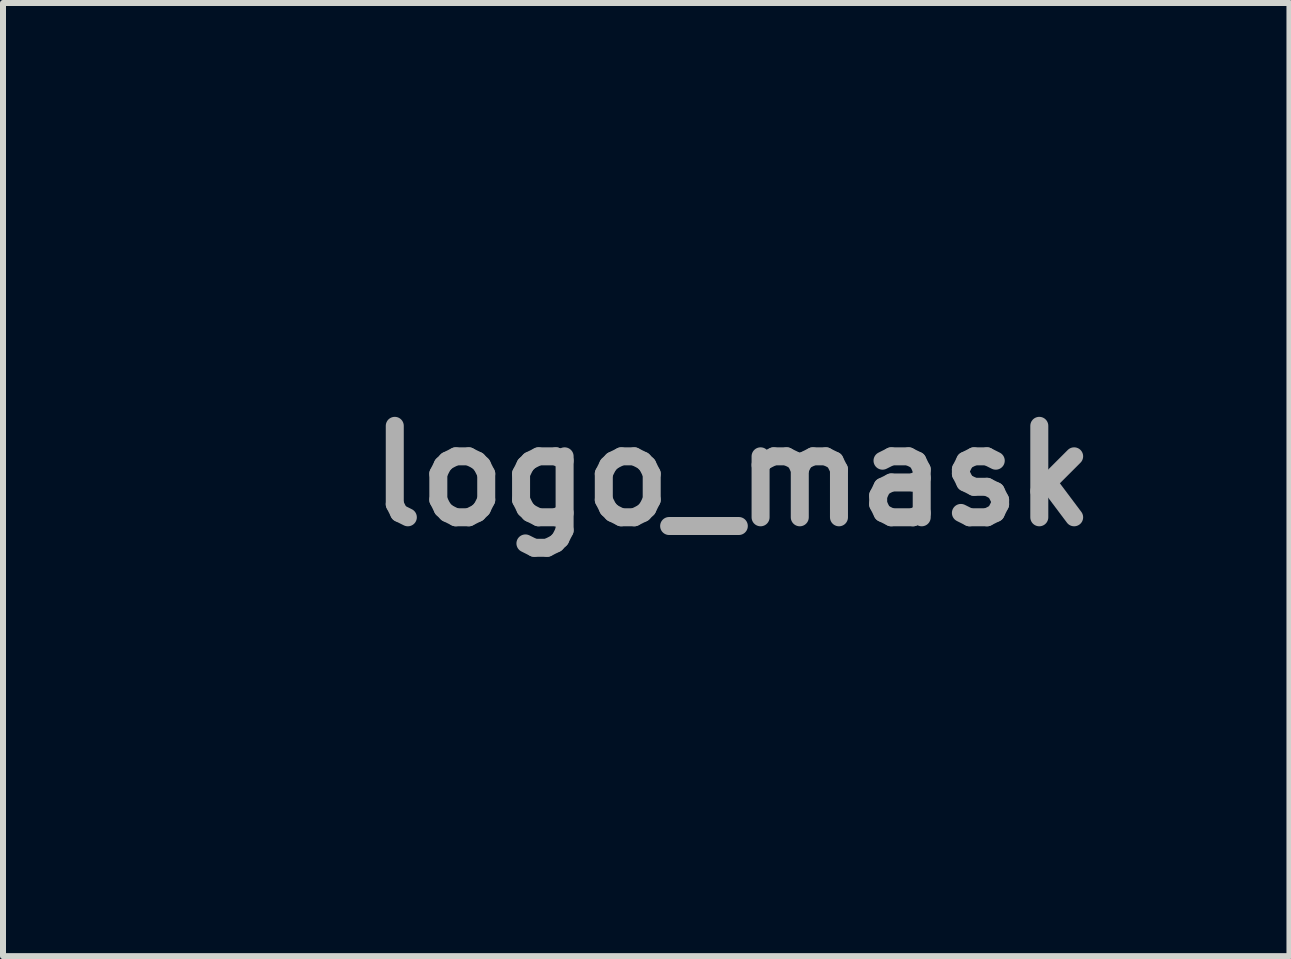
<source format=kicad_pcb>
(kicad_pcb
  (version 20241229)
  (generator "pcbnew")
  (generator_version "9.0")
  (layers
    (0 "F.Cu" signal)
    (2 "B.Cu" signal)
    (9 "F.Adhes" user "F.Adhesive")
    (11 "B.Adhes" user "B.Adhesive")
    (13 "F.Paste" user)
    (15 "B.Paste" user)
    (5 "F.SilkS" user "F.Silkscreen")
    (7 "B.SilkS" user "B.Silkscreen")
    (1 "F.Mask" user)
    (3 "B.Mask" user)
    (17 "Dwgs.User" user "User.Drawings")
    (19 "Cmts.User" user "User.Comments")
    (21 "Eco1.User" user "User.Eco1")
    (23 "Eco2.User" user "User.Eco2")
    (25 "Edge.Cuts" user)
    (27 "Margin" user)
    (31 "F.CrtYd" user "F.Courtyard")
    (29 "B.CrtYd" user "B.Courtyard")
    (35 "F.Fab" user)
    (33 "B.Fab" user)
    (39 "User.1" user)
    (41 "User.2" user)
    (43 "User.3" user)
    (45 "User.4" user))
  (footprint "logo_mask"
    (layer "F.Cu")
    (at 4.454 4.881)
    (property "Reference" "logo_mask" (at 4.699 0 0) (layer "F.Fab") (effects (font (size 1.524 1.524) (thickness 0.3))))
    (attr through_hole)
    (fp_poly (pts (xy -0.501 4.934) (xy -0.5 4.947) (xy -0.543 5) (xy -0.559 5.002) (xy -0.592 4.968) (xy -0.584 4.947) (xy -0.534 4.894) (xy -0.525 4.891)) (stroke (width 0) (type solid)) (fill yes) (layer "F.Mask"))
    (fp_poly (pts (xy 1.783 3.372) (xy 1.822 3.468) (xy 1.825 3.583) (xy 1.799 3.678) (xy 1.765 3.692) (xy 1.735 3.611) (xy 1.723 3.481) (xy 1.734 3.371) (xy 1.771 3.362)) (stroke (width 0) (type solid)) (fill yes) (layer "F.Mask"))
    (fp_poly (pts (xy 1.703 2.744) (xy 1.72 2.758) (xy 1.761 2.855) (xy 1.763 2.981) (xy 1.745 3.067) (xy 1.731 3.062) (xy 1.731 3.057) (xy 1.71 2.939) (xy 1.687 2.835) (xy 1.672 2.743)) (stroke (width 0) (type solid)) (fill yes) (layer "F.Mask"))
    (fp_poly (pts (xy -0.262 -1.955) (xy -0.253 -1.948) (xy -0.194 -1.876) (xy -0.195 -1.843) (xy -0.269 -1.808) (xy -0.368 -1.795) (xy -0.437 -1.808) (xy -0.444 -1.821) (xy -0.416 -1.899) (xy -0.392 -1.942) (xy -0.337 -1.993)) (stroke (width 0) (type solid)) (fill yes) (layer "F.Mask"))
    (fp_poly (pts (xy -0.915 -2.939) (xy -0.862 -2.843) (xy -0.817 -2.673) (xy -0.804 -2.598) (xy -0.79 -2.419) (xy -0.808 -2.341) (xy -0.846 -2.36) (xy -0.895 -2.475) (xy -0.932 -2.626) (xy -0.961 -2.793) (xy -0.971 -2.909) (xy -0.967 -2.942)) (stroke (width 0) (type solid)) (fill yes) (layer "F.Mask"))
    (fp_poly (pts (xy 0.086 -3.007) (xy 0.106 -2.877) (xy 0.111 -2.751) (xy 0.102 -2.584) (xy 0.078 -2.473) (xy 0.056 -2.446) (xy 0.025 -2.496) (xy 0.005 -2.625) (xy 0 -2.751) (xy 0.009 -2.919) (xy 0.033 -3.03) (xy 0.056 -3.057)) (stroke (width 0) (type solid)) (fill yes) (layer "F.Mask"))
    (fp_poly (pts (xy 2.501 3.555) (xy 2.461 3.615) (xy 2.363 3.707) (xy 2.245 3.803) (xy 2.14 3.873) (xy 2.093 3.891) (xy 2.059 3.85) (xy 2.059 3.849) (xy 2.098 3.796) (xy 2.192 3.718) (xy 2.31 3.637) (xy 2.42 3.573) (xy 2.49 3.547)) (stroke (width 0) (type solid)) (fill yes) (layer "F.Mask"))
    (fp_poly (pts (xy 0.524 3.627) (xy 0.529 3.641) (xy 0.585 3.785) (xy 0.616 3.849) (xy 0.637 3.928) (xy 0.589 3.946) (xy 0.503 3.905) (xy 0.486 3.877) (xy 0.449 3.861) (xy 0.396 3.932) (xy 0.313 4.041) (xy 0.232 4.043) (xy 0.204 4.02) (xy 0.17 3.939) (xy 0.174 3.84) (xy 0.211 3.781) (xy 0.222 3.779) (xy 0.272 3.826) (xy 0.282 3.877) (xy 0.304 3.892) (xy 0.356 3.82) (xy 0.39 3.752) (xy 0.456 3.623) (xy 0.496 3.585)) (stroke (width 0) (type solid)) (fill yes) (layer "F.Mask"))
    (fp_poly (pts (xy 3.144 3.06) (xy 3.213 3.164) (xy 3.224 3.219) (xy 3.19 3.335) (xy 3.109 3.416) (xy 3.016 3.444) (xy 2.942 3.401) (xy 2.93 3.376) (xy 2.936 3.281) (xy 2.938 3.276) (xy 3.012 3.276) (xy 3.027 3.327) (xy 3.06 3.324) (xy 3.145 3.254) (xy 3.158 3.227) (xy 3.142 3.175) (xy 3.109 3.178) (xy 3.025 3.249) (xy 3.012 3.276) (xy 2.938 3.276) (xy 2.985 3.15) (xy 2.985 3.15) (xy 3.05 3.048) (xy 3.108 3.036)) (stroke (width 0) (type solid)) (fill yes) (layer "F.Mask"))
    (fp_poly (pts (xy 3.709 2.763) (xy 3.696 2.821) (xy 3.635 2.992) (xy 3.631 3.092) (xy 3.682 3.142) (xy 3.69 3.146) (xy 3.767 3.201) (xy 3.779 3.232) (xy 3.74 3.251) (xy 3.672 3.226) (xy 3.592 3.2) (xy 3.554 3.253) (xy 3.541 3.321) (xy 3.525 3.417) (xy 3.517 3.41) (xy 3.51 3.297) (xy 3.51 3.297) (xy 3.474 3.148) (xy 3.39 3.085) (xy 3.301 3.035) (xy 3.279 2.998) (xy 3.301 2.95) (xy 3.382 2.969) (xy 3.443 3) (xy 3.517 3.021) (xy 3.559 2.963) (xy 3.577 2.889) (xy 3.618 2.772) (xy 3.672 2.723) (xy 3.673 2.723)) (stroke (width 0) (type solid)) (fill yes) (layer "F.Mask"))
    (fp_poly (pts (xy 1.438 3.363) (xy 1.48 3.439) (xy 1.515 3.556) (xy 1.538 3.68) (xy 1.543 3.778) (xy 1.525 3.815) (xy 1.512 3.807) (xy 1.46 3.712) (xy 1.435 3.613) (xy 1.415 3.474) (xy 1.326 3.636) (xy 1.263 3.743) (xy 1.225 3.76) (xy 1.181 3.694) (xy 1.172 3.677) (xy 1.094 3.592) (xy 1.028 3.611) (xy 1 3.724) (xy 0.974 3.829) (xy 0.945 3.863) (xy 0.903 3.843) (xy 0.889 3.759) (xy 0.924 3.614) (xy 0.979 3.531) (xy 1.063 3.473) (xy 1.144 3.505) (xy 1.154 3.514) (xy 1.234 3.551) (xy 1.26 3.529) (xy 1.329 3.394) (xy 1.401 3.346)) (stroke (width 0) (type solid)) (fill yes) (layer "F.Mask"))
    (fp_poly (pts (xy -1.315 -1.388) (xy -1.24 -1.288) (xy -1.126 -1.118) (xy -0.991 -0.904) (xy -0.851 -0.674) (xy -0.721 -0.453) (xy -0.619 -0.27) (xy -0.56 -0.15) (xy -0.558 -0.146) (xy -0.516 0.045) (xy -0.553 0.165) (xy -0.663 0.211) (xy -0.836 0.177) (xy -1.042 0.076) (xy -1.179 -0.021) (xy -1.264 -0.109) (xy -1.278 -0.143) (xy -1.242 -0.168) (xy -1.129 -0.121) (xy -1.017 -0.054) (xy -0.823 0.061) (xy -0.693 0.115) (xy -0.628 0.102) (xy -0.629 0.018) (xy -0.693 -0.142) (xy -0.823 -0.383) (xy -1 -0.683) (xy -1.169 -0.969) (xy -1.294 -1.195) (xy -1.371 -1.354) (xy -1.398 -1.438) (xy -1.37 -1.441)) (stroke (width 0) (type solid)) (fill yes) (layer "F.Mask"))
    (fp_poly (pts (xy 0.525 -1.598) (xy 0.492 -1.422) (xy 0.418 -1.145) (xy 0.392 -1.056) (xy 0.292 -0.695) (xy 0.236 -0.436) (xy 0.225 -0.278) (xy 0.258 -0.222) (xy 0.261 -0.222) (xy 0.322 -0.257) (xy 0.426 -0.344) (xy 0.455 -0.371) (xy 0.563 -0.456) (xy 0.641 -0.483) (xy 0.652 -0.478) (xy 0.645 -0.418) (xy 0.57 -0.328) (xy 0.457 -0.23) (xy 0.334 -0.15) (xy 0.232 -0.112) (xy 0.221 -0.111) (xy 0.144 -0.134) (xy 0.114 -0.223) (xy 0.111 -0.299) (xy 0.125 -0.413) (xy 0.163 -0.597) (xy 0.216 -0.824) (xy 0.279 -1.066) (xy 0.343 -1.298) (xy 0.403 -1.492) (xy 0.45 -1.62) (xy 0.47 -1.655) (xy 0.518 -1.675)) (stroke (width 0) (type solid)) (fill yes) (layer "F.Mask"))
    (fp_poly (pts (xy 2.831 2.47) (xy 2.916 2.577) (xy 2.943 2.663) (xy 2.926 2.706) (xy 2.875 2.657) (xy 2.853 2.626) (xy 2.762 2.533) (xy 2.689 2.501) (xy 2.64 2.538) (xy 2.618 2.653) (xy 2.623 2.855) (xy 2.655 3.151) (xy 2.688 3.38) (xy 2.715 3.593) (xy 2.727 3.761) (xy 2.723 3.856) (xy 2.717 3.867) (xy 2.69 3.831) (xy 2.66 3.712) (xy 2.64 3.572) (xy 2.613 3.351) (xy 2.587 3.216) (xy 2.55 3.144) (xy 2.493 3.11) (xy 2.435 3.096) (xy 2.307 3.071) (xy 2.434 3.029) (xy 2.512 2.988) (xy 2.546 2.912) (xy 2.547 2.766) (xy 2.545 2.738) (xy 2.556 2.538) (xy 2.615 2.423) (xy 2.713 2.4)) (stroke (width 0) (type solid)) (fill yes) (layer "F.Mask"))
    (fp_poly (pts (xy -1.53 3.665) (xy -1.476 3.776) (xy -1.462 3.82) (xy -1.404 4.03) (xy -1.397 3.844) (xy -1.379 3.72) (xy -1.336 3.688) (xy -1.263 3.753) (xy -1.158 3.916) (xy -1.065 4.087) (xy -0.94 4.304) (xy -0.846 4.417) (xy -0.781 4.428) (xy -0.743 4.338) (xy -0.739 4.307) (xy -0.7 4.06) (xy -0.699 4.057) (xy -0.61 4.057) (xy -0.602 4.113) (xy -0.565 4.071) (xy -0.556 4.057) (xy -0.508 3.938) (xy -0.502 3.891) (xy -0.509 3.835) (xy -0.547 3.877) (xy -0.556 3.891) (xy -0.604 4.01) (xy -0.61 4.057) (xy -0.699 4.057) (xy -0.654 3.896) (xy -0.592 3.789) (xy -0.556 3.752) (xy -0.474 3.687) (xy -0.432 3.7) (xy -0.412 3.745) (xy -0.409 3.871) (xy -0.458 4.029) (xy -0.539 4.166) (xy -0.597 4.217) (xy -0.657 4.303) (xy -0.659 4.361) (xy -0.636 4.414) (xy -0.586 4.398) (xy -0.486 4.306) (xy -0.386 4.174) (xy -0.335 4.046) (xy -0.333 4.027) (xy -0.326 3.974) (xy -0.278 3.974) (xy -0.25 4.002) (xy -0.222 3.974) (xy -0.25 3.946) (xy -0.278 3.974) (xy -0.326 3.974) (xy -0.312 3.863) (xy -0.222 3.863) (xy -0.195 3.891) (xy -0.167 3.863) (xy -0.195 3.835) (xy -0.222 3.863) (xy -0.312 3.863) (xy -0.309 3.844) (xy -0.242 3.741) (xy -0.189 3.724) (xy -0.123 3.766) (xy -0.12 3.876) (xy -0.171 4.01) (xy -0.207 4.109) (xy -0.202 4.152) (xy -0.164 4.127) (xy -0.106 4.027) (xy -0.091 3.994) (xy -0.05 3.906) (xy -0.026 3.879) (xy -0.014 3.927) (xy -0.011 4.061) (xy -0.011 4.252) (xy -0.017 4.494) (xy -0.03 4.691) (xy -0.047 4.832) (xy -0.066 4.905) (xy -0.084 4.899) (xy -0.097 4.803) (xy -0.105 4.627) (xy -0.111 4.418) (xy -0.126 4.297) (xy -0.156 4.24) (xy -0.209 4.224) (xy -0.224 4.224) (xy -0.331 4.261) (xy -0.37 4.309) (xy -0.437 4.385) (xy -0.567 4.472) (xy -0.619 4.499) (xy -0.759 4.561) (xy -0.84 4.572) (xy -0.904 4.534) (xy -0.926 4.512) (xy -0.999 4.412) (xy -1.089 4.25) (xy -1.147 4.128) (xy -1.222 3.97) (xy -1.281 3.864) (xy -1.306 3.835) (xy -1.316 3.885) (xy -1.311 4.014) (xy -1.299 4.141) (xy -1.288 4.339) (xy -1.308 4.435) (xy -1.35 4.425) (xy -1.408 4.308) (xy -1.446 4.182) (xy -1.494 4.017) (xy -1.536 3.895) (xy -1.55 3.863) (xy -1.582 3.859) (xy -1.611 3.951) (xy -1.636 4.122) (xy -1.654 4.355) (xy -1.661 4.571) (xy -1.671 4.783) (xy -1.691 4.933) (xy -1.718 5.001) (xy -1.723 5.002) (xy -1.755 4.952) (xy -1.773 4.826) (xy -1.775 4.738) (xy -1.764 4.522) (xy -1.738 4.283) (xy -1.702 4.048) (xy -1.66 3.843) (xy -1.619 3.695) (xy -1.581 3.63) (xy -1.58 3.63)) (stroke (width 0) (type solid)) (fill yes) (layer "F.Mask"))
    (fp_poly (pts (xy -0.974 -4.866) (xy -0.874 -4.785) (xy -0.804 -4.714) (xy -0.693 -4.583) (xy -0.648 -4.486) (xy -0.655 -4.381) (xy -0.67 -4.326) (xy -0.705 -4.199) (xy -0.722 -4.13) (xy -0.723 -4.127) (xy -0.673 -4.118) (xy -0.55 -4.113) (xy -0.503 -4.113) (xy -0.31 -4.1) (xy -0.086 -4.069) (xy -0.007 -4.054) (xy 0.207 -4.023) (xy 0.39 -4.042) (xy 0.526 -4.081) (xy 0.733 -4.133) (xy 0.959 -4.161) (xy 1.172 -4.165) (xy 1.34 -4.144) (xy 1.43 -4.099) (xy 1.449 -4.004) (xy 1.437 -3.832) (xy 1.399 -3.61) (xy 1.342 -3.367) (xy 1.273 -3.13) (xy 1.197 -2.926) (xy 1.145 -2.822) (xy 1.071 -2.675) (xy 1.037 -2.566) (xy 1.042 -2.533) (xy 1.063 -2.461) (xy 1.079 -2.309) (xy 1.087 -2.109) (xy 1.087 -2.093) (xy 1.096 -1.898) (xy 1.118 -1.622) (xy 1.151 -1.297) (xy 1.19 -0.952) (xy 1.212 -0.781) (xy 1.25 -0.459) (xy 1.281 -0.109) (xy 1.306 0.251) (xy 1.324 0.603) (xy 1.335 0.932) (xy 1.337 1.22) (xy 1.331 1.449) (xy 1.315 1.604) (xy 1.29 1.667) (xy 1.287 1.667) (xy 1.27 1.615) (xy 1.253 1.468) (xy 1.236 1.244) (xy 1.219 0.959) (xy 1.206 0.631) (xy 1.205 0.597) (xy 1.174 -0.023) (xy 1.124 -0.651) (xy 1.058 -1.234) (xy 1.037 -1.389) (xy 0.981 -1.784) (xy 0.943 -2.086) (xy 0.925 -2.314) (xy 0.925 -2.486) (xy 0.944 -2.618) (xy 0.982 -2.728) (xy 1.039 -2.835) (xy 1.048 -2.849) (xy 1.106 -2.973) (xy 1.17 -3.158) (xy 1.235 -3.376) (xy 1.291 -3.6) (xy 1.333 -3.801) (xy 1.354 -3.952) (xy 1.347 -4.026) (xy 1.346 -4.026) (xy 1.26 -4.053) (xy 1.099 -4.058) (xy 0.9 -4.044) (xy 0.696 -4.014) (xy 0.527 -3.971) (xy 0.324 -3.919) (xy 0.132 -3.917) (xy -0.017 -3.941) (xy -0.258 -3.978) (xy -0.509 -4.001) (xy -0.736 -4.008) (xy -0.903 -3.997) (xy -0.945 -3.988) (xy -1.136 -3.928) (xy -1.368 -3.861) (xy -1.613 -3.795) (xy -1.843 -3.735) (xy -2.031 -3.691) (xy -2.147 -3.669) (xy -2.163 -3.668) (xy -2.286 -3.649) (xy -2.451 -3.6) (xy -2.626 -3.534) (xy -2.777 -3.464) (xy -2.873 -3.404) (xy -2.89 -3.378) (xy -2.849 -3.272) (xy -2.741 -3.126) (xy -2.59 -2.967) (xy -2.417 -2.819) (xy -2.36 -2.778) (xy -2.203 -2.649) (xy -2.12 -2.535) (xy -2.112 -2.498) (xy -2.074 -2.408) (xy -2.022 -2.39) (xy -1.98 -2.364) (xy -1.959 -2.28) (xy -1.963 -2.128) (xy -1.99 -1.896) (xy -2.041 -1.575) (xy -2.1 -1.251) (xy -2.138 -0.975) (xy -2.167 -0.619) (xy -2.186 -0.212) (xy -2.196 0.216) (xy -2.195 0.636) (xy -2.183 1.017) (xy -2.159 1.33) (xy -2.149 1.41) (xy -2.128 1.6) (xy -2.135 1.691) (xy -2.163 1.698) (xy -2.209 1.624) (xy -2.25 1.484) (xy -2.258 1.442) (xy -2.289 1.304) (xy -2.325 1.228) (xy -2.335 1.223) (xy -2.384 1.181) (xy -2.484 1.07) (xy -2.618 0.907) (xy -2.722 0.776) (xy -2.912 0.546) (xy -3.121 0.317) (xy -3.316 0.125) (xy -3.383 0.067) (xy -3.607 -0.111) (xy -3.829 -0.272) (xy -4.03 -0.405) (xy -4.191 -0.497) (xy -4.295 -0.537) (xy -4.321 -0.533) (xy -4.33 -0.464) (xy -4.32 -0.317) (xy -4.293 -0.122) (xy -4.29 -0.106) (xy -4.213 0.198) (xy -4.085 0.552) (xy -3.921 0.92) (xy -3.739 1.264) (xy -3.555 1.548) (xy -3.538 1.571) (xy -3.43 1.715) (xy -3.356 1.822) (xy -3.335 1.862) (xy -3.365 1.895) (xy -3.442 1.854) (xy -3.543 1.75) (xy -3.576 1.709) (xy -3.847 1.303) (xy -4.078 0.866) (xy -4.263 0.422) (xy -4.39 -0.007) (xy -4.453 -0.398) (xy -4.454 -0.625) (xy -4.437 -0.691) (xy -4.391 -0.712) (xy -4.3 -0.685) (xy -4.151 -0.604) (xy -3.929 -0.464) (xy -3.871 -0.426) (xy -3.493 -0.155) (xy -3.149 0.149) (xy -2.808 0.512) (xy -2.621 0.736) (xy -2.362 1.055) (xy -2.326 0.097) (xy -2.31 -0.242) (xy -2.289 -0.563) (xy -2.265 -0.841) (xy -2.24 -1.05) (xy -2.224 -1.139) (xy -2.184 -1.345) (xy -2.145 -1.601) (xy -2.119 -1.814) (xy -2.103 -2.024) (xy -2.105 -2.142) (xy -2.128 -2.185) (xy -2.152 -2.183) (xy -2.21 -2.203) (xy -2.223 -2.268) (xy -2.249 -2.35) (xy -2.334 -2.35) (xy -2.421 -2.362) (xy -2.448 -2.428) (xy -2.411 -2.506) (xy -2.359 -2.538) (xy -2.334 -2.574) (xy -2.377 -2.647) (xy -2.497 -2.769) (xy -2.583 -2.848) (xy -2.749 -3.007) (xy -2.889 -3.162) (xy -2.974 -3.281) (xy -2.976 -3.284) (xy -3.022 -3.385) (xy -3.013 -3.448) (xy -2.931 -3.507) (xy -2.84 -3.554) (xy -2.692 -3.615) (xy -2.47 -3.688) (xy -2.21 -3.763) (xy -2.047 -3.805) (xy -1.66 -3.901) (xy -1.37 -3.979) (xy -1.166 -4.043) (xy -1.036 -4.096) (xy -0.969 -4.144) (xy -0.954 -4.167) (xy -0.953 -4.259) (xy -0.974 -4.417) (xy -0.998 -4.542) (xy -1.014 -4.629) (xy -0.871 -4.629) (xy -0.87 -4.511) (xy -0.852 -4.384) (xy -0.826 -4.24) (xy -0.808 -4.196) (xy -0.79 -4.244) (xy -0.777 -4.307) (xy -0.768 -4.462) (xy -0.792 -4.576) (xy -0.845 -4.653) (xy -0.871 -4.629) (xy -1.014 -4.629) (xy -1.029 -4.714) (xy -1.038 -4.84) (xy -1.029 -4.881)) (stroke (width 0) (type solid)) (fill yes) (layer "F.Mask")))
  (gr_rect
    (start -3 -3)
    (end 18.438 12.883)
    (stroke (width 0.1) (type default))
    (fill no)
    (layer "Edge.Cuts")))
</source>
